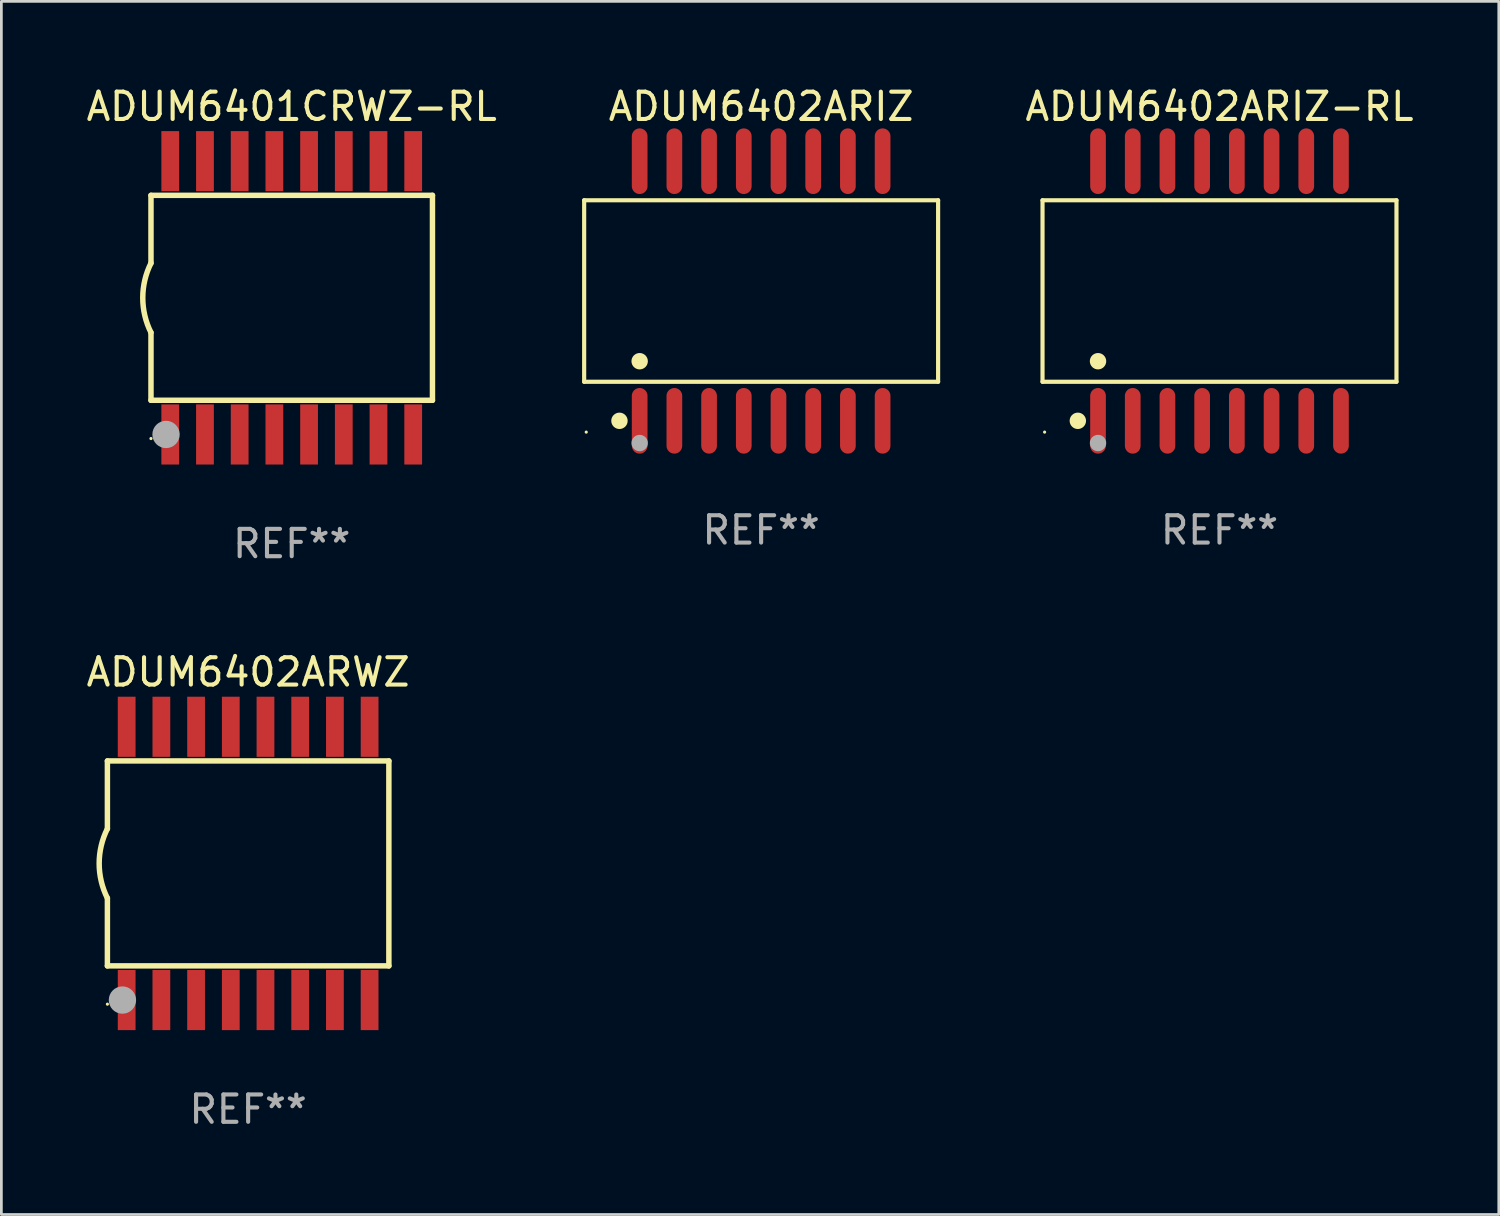
<source format=kicad_pcb>
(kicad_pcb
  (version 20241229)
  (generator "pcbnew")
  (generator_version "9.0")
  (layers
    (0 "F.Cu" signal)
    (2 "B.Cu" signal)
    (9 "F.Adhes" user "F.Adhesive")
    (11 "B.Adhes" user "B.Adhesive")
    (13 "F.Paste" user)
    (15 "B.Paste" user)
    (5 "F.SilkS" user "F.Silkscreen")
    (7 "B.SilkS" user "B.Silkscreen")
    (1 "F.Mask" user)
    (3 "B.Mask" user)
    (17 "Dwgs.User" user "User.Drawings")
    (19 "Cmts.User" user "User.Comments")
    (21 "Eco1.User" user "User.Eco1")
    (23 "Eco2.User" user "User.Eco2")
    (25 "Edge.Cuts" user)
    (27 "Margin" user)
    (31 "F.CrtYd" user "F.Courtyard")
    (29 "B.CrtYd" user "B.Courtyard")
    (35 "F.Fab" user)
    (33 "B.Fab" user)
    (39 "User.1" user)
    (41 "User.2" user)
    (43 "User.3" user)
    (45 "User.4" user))
  (footprint "ADUM6401CRWZ-RL"
    (layer "F.Cu")
    (at 7.625 7.848)
    (property "Reference" "ADUM6401CRWZ-RL" (at 0 -7 0) (layer "F.SilkS") (effects (font (size 1 1) (thickness 0.15))))
    (attr through_hole)
    (fp_line (start -5.15 -3.75) (end -5.15 -1.27) (stroke (width 0.2) (type solid)) (layer "F.SilkS"))
    (fp_line (start -5.15 -3.75) (end 5.15 -3.75) (stroke (width 0.2) (type solid)) (layer "F.SilkS"))
    (fp_line (start -5.15 3.75) (end -5.15 1.27) (stroke (width 0.2) (type solid)) (layer "F.SilkS"))
    (fp_line (start 5.15 -3.75) (end 5.15 3.75) (stroke (width 0.2) (type solid)) (layer "F.SilkS"))
    (fp_line (start 5.15 3.75) (end -5.15 3.75) (stroke (width 0.2) (type solid)) (layer "F.SilkS"))
    (fp_arc (start -5.151131 1.270003) (mid -5.450556 -0.000132) (end -5.150013 -1.270003) (stroke (width 0.2) (type solid)) (layer "F.SilkS"))
    (fp_circle (center -5.15 5.15) (end -5.12 5.15) (stroke (width 0.06) (type solid)) (fill no) (layer "F.SilkS"))
    (fp_circle (center -4.6 5) (end -4.35 5) (stroke (width 0.5) (type solid)) (fill no) (layer "F.Fab"))
    (fp_text user "REF**" (at 0 9 0) (layer "F.Fab") (effects (font (size 1 1) (thickness 0.15))))
    (pad "1" smd rect (at -4.445 5) (size 0.65 2.2) (layers "F.Cu" "F.Mask" "F.Paste"))
    (pad "2" smd rect (at -3.175 5) (size 0.65 2.2) (layers "F.Cu" "F.Mask" "F.Paste"))
    (pad "3" smd rect (at -1.905 5) (size 0.65 2.2) (layers "F.Cu" "F.Mask" "F.Paste"))
    (pad "4" smd rect (at -0.635 5) (size 0.65 2.2) (layers "F.Cu" "F.Mask" "F.Paste"))
    (pad "5" smd rect (at 0.635 5) (size 0.65 2.2) (layers "F.Cu" "F.Mask" "F.Paste"))
    (pad "6" smd rect (at 1.905 5) (size 0.65 2.2) (layers "F.Cu" "F.Mask" "F.Paste"))
    (pad "7" smd rect (at 3.175 5) (size 0.65 2.2) (layers "F.Cu" "F.Mask" "F.Paste"))
    (pad "8" smd rect (at 4.445 5) (size 0.65 2.2) (layers "F.Cu" "F.Mask" "F.Paste"))
    (pad "9" smd rect (at 4.445 -5) (size 0.65 2.2) (layers "F.Cu" "F.Mask" "F.Paste"))
    (pad "10" smd rect (at 3.175 -5) (size 0.65 2.2) (layers "F.Cu" "F.Mask" "F.Paste"))
    (pad "11" smd rect (at 1.905 -5) (size 0.65 2.2) (layers "F.Cu" "F.Mask" "F.Paste"))
    (pad "12" smd rect (at 0.635 -5) (size 0.65 2.2) (layers "F.Cu" "F.Mask" "F.Paste"))
    (pad "13" smd rect (at -0.635 -5) (size 0.65 2.2) (layers "F.Cu" "F.Mask" "F.Paste"))
    (pad "14" smd rect (at -1.905 -5) (size 0.65 2.2) (layers "F.Cu" "F.Mask" "F.Paste"))
    (pad "15" smd rect (at -3.175 -5) (size 0.65 2.2) (layers "F.Cu" "F.Mask" "F.Paste"))
    (pad "16" smd rect (at -4.445 -5) (size 0.65 2.2) (layers "F.Cu" "F.Mask" "F.Paste")))
  (footprint "ADUM6402ARIZ-RL"
    (layer "F.Cu")
    (at 41.575 7.599)
    (property "Reference" "ADUM6402ARIZ-RL" (at 0 -6.75 0) (layer "F.SilkS") (effects (font (size 1 1) (thickness 0.15))))
    (attr through_hole)
    (fp_line (start -6.476 -3.321) (end 6.476 -3.321) (stroke (width 0.152) (type solid)) (layer "F.SilkS"))
    (fp_line (start -6.476 3.321) (end -6.476 -3.321) (stroke (width 0.152) (type solid)) (layer "F.SilkS"))
    (fp_line (start 6.476 -3.321) (end 6.476 3.321) (stroke (width 0.152) (type solid)) (layer "F.SilkS"))
    (fp_line (start 6.476 3.321) (end -6.476 3.321) (stroke (width 0.152) (type solid)) (layer "F.SilkS"))
    (fp_circle (center -6.4 5.163) (end -6.37 5.163) (stroke (width 0.06) (type solid)) (fill no) (layer "F.SilkS"))
    (fp_circle (center -5.184 4.75) (end -5.034 4.75) (stroke (width 0.3) (type solid)) (fill no) (layer "F.SilkS"))
    (fp_circle (center -4.445 2.569) (end -4.295 2.569) (stroke (width 0.3) (type solid)) (fill no) (layer "F.SilkS"))
    (fp_circle (center -4.445 5.563) (end -4.295 5.563) (stroke (width 0.3) (type solid)) (fill no) (layer "F.Fab"))
    (fp_text user "REF**" (at 0 8.75 0) (layer "F.Fab") (effects (font (size 1 1) (thickness 0.15))))
    (pad "1" smd oval (at -4.445 4.75) (size 0.574 2.401) (layers "F.Cu" "F.Mask" "F.Paste"))
    (pad "2" smd oval (at -3.175 4.75) (size 0.574 2.401) (layers "F.Cu" "F.Mask" "F.Paste"))
    (pad "3" smd oval (at -1.905 4.75) (size 0.574 2.401) (layers "F.Cu" "F.Mask" "F.Paste"))
    (pad "4" smd oval (at -0.635 4.75) (size 0.574 2.401) (layers "F.Cu" "F.Mask" "F.Paste"))
    (pad "5" smd oval (at 0.635 4.75) (size 0.574 2.401) (layers "F.Cu" "F.Mask" "F.Paste"))
    (pad "6" smd oval (at 1.905 4.75) (size 0.574 2.401) (layers "F.Cu" "F.Mask" "F.Paste"))
    (pad "7" smd oval (at 3.175 4.75) (size 0.574 2.401) (layers "F.Cu" "F.Mask" "F.Paste"))
    (pad "8" smd oval (at 4.445 4.75) (size 0.574 2.401) (layers "F.Cu" "F.Mask" "F.Paste"))
    (pad "9" smd oval (at 4.445 -4.75) (size 0.574 2.401) (layers "F.Cu" "F.Mask" "F.Paste"))
    (pad "10" smd oval (at 3.175 -4.75) (size 0.574 2.401) (layers "F.Cu" "F.Mask" "F.Paste"))
    (pad "11" smd oval (at 1.905 -4.75) (size 0.574 2.401) (layers "F.Cu" "F.Mask" "F.Paste"))
    (pad "12" smd oval (at 0.635 -4.75) (size 0.574 2.401) (layers "F.Cu" "F.Mask" "F.Paste"))
    (pad "13" smd oval (at -0.635 -4.75) (size 0.574 2.401) (layers "F.Cu" "F.Mask" "F.Paste"))
    (pad "14" smd oval (at -1.905 -4.75) (size 0.574 2.401) (layers "F.Cu" "F.Mask" "F.Paste"))
    (pad "15" smd oval (at -3.175 -4.75) (size 0.574 2.401) (layers "F.Cu" "F.Mask" "F.Paste"))
    (pad "16" smd oval (at -4.445 -4.75) (size 0.574 2.401) (layers "F.Cu" "F.Mask" "F.Paste")))
  (footprint "ADUM6402ARIZ"
    (layer "F.Cu")
    (at 24.802 7.599)
    (property "Reference" "ADUM6402ARIZ" (at 0 -6.75 0) (layer "F.SilkS") (effects (font (size 1 1) (thickness 0.15))))
    (attr through_hole)
    (fp_line (start -6.476 -3.321) (end 6.476 -3.321) (stroke (width 0.152) (type solid)) (layer "F.SilkS"))
    (fp_line (start -6.476 3.321) (end -6.476 -3.321) (stroke (width 0.152) (type solid)) (layer "F.SilkS"))
    (fp_line (start 6.476 -3.321) (end 6.476 3.321) (stroke (width 0.152) (type solid)) (layer "F.SilkS"))
    (fp_line (start 6.476 3.321) (end -6.476 3.321) (stroke (width 0.152) (type solid)) (layer "F.SilkS"))
    (fp_circle (center -6.4 5.163) (end -6.37 5.163) (stroke (width 0.06) (type solid)) (fill no) (layer "F.SilkS"))
    (fp_circle (center -5.184 4.75) (end -5.034 4.75) (stroke (width 0.3) (type solid)) (fill no) (layer "F.SilkS"))
    (fp_circle (center -4.445 2.569) (end -4.295 2.569) (stroke (width 0.3) (type solid)) (fill no) (layer "F.SilkS"))
    (fp_circle (center -4.445 5.563) (end -4.295 5.563) (stroke (width 0.3) (type solid)) (fill no) (layer "F.Fab"))
    (fp_text user "REF**" (at 0 8.75 0) (layer "F.Fab") (effects (font (size 1 1) (thickness 0.15))))
    (pad "1" smd oval (at -4.445 4.75) (size 0.574 2.401) (layers "F.Cu" "F.Mask" "F.Paste"))
    (pad "2" smd oval (at -3.175 4.75) (size 0.574 2.401) (layers "F.Cu" "F.Mask" "F.Paste"))
    (pad "3" smd oval (at -1.905 4.75) (size 0.574 2.401) (layers "F.Cu" "F.Mask" "F.Paste"))
    (pad "4" smd oval (at -0.635 4.75) (size 0.574 2.401) (layers "F.Cu" "F.Mask" "F.Paste"))
    (pad "5" smd oval (at 0.635 4.75) (size 0.574 2.401) (layers "F.Cu" "F.Mask" "F.Paste"))
    (pad "6" smd oval (at 1.905 4.75) (size 0.574 2.401) (layers "F.Cu" "F.Mask" "F.Paste"))
    (pad "7" smd oval (at 3.175 4.75) (size 0.574 2.401) (layers "F.Cu" "F.Mask" "F.Paste"))
    (pad "8" smd oval (at 4.445 4.75) (size 0.574 2.401) (layers "F.Cu" "F.Mask" "F.Paste"))
    (pad "9" smd oval (at 4.445 -4.75) (size 0.574 2.401) (layers "F.Cu" "F.Mask" "F.Paste"))
    (pad "10" smd oval (at 3.175 -4.75) (size 0.574 2.401) (layers "F.Cu" "F.Mask" "F.Paste"))
    (pad "11" smd oval (at 1.905 -4.75) (size 0.574 2.401) (layers "F.Cu" "F.Mask" "F.Paste"))
    (pad "12" smd oval (at 0.635 -4.75) (size 0.574 2.401) (layers "F.Cu" "F.Mask" "F.Paste"))
    (pad "13" smd oval (at -0.635 -4.75) (size 0.574 2.401) (layers "F.Cu" "F.Mask" "F.Paste"))
    (pad "14" smd oval (at -1.905 -4.75) (size 0.574 2.401) (layers "F.Cu" "F.Mask" "F.Paste"))
    (pad "15" smd oval (at -3.175 -4.75) (size 0.574 2.401) (layers "F.Cu" "F.Mask" "F.Paste"))
    (pad "16" smd oval (at -4.445 -4.75) (size 0.574 2.401) (layers "F.Cu" "F.Mask" "F.Paste")))
  (footprint "ADUM6402ARWZ"
    (layer "F.Cu")
    (at 6.03 28.545)
    (property "Reference" "ADUM6402ARWZ" (at 0 -7 0) (layer "F.SilkS") (effects (font (size 1 1) (thickness 0.15))))
    (attr through_hole)
    (fp_line (start -5.15 -3.75) (end -5.15 -1.27) (stroke (width 0.2) (type solid)) (layer "F.SilkS"))
    (fp_line (start -5.15 -3.75) (end 5.15 -3.75) (stroke (width 0.2) (type solid)) (layer "F.SilkS"))
    (fp_line (start -5.15 3.75) (end -5.15 1.27) (stroke (width 0.2) (type solid)) (layer "F.SilkS"))
    (fp_line (start 5.15 -3.75) (end 5.15 3.75) (stroke (width 0.2) (type solid)) (layer "F.SilkS"))
    (fp_line (start 5.15 3.75) (end -5.15 3.75) (stroke (width 0.2) (type solid)) (layer "F.SilkS"))
    (fp_arc (start -5.151131 1.270003) (mid -5.450556 -0.000132) (end -5.150013 -1.270003) (stroke (width 0.2) (type solid)) (layer "F.SilkS"))
    (fp_circle (center -5.15 5.15) (end -5.12 5.15) (stroke (width 0.06) (type solid)) (fill no) (layer "F.SilkS"))
    (fp_circle (center -4.6 5) (end -4.35 5) (stroke (width 0.5) (type solid)) (fill no) (layer "F.Fab"))
    (fp_text user "REF**" (at 0 9 0) (layer "F.Fab") (effects (font (size 1 1) (thickness 0.15))))
    (pad "1" smd rect (at -4.445 5) (size 0.65 2.2) (layers "F.Cu" "F.Mask" "F.Paste"))
    (pad "2" smd rect (at -3.175 5) (size 0.65 2.2) (layers "F.Cu" "F.Mask" "F.Paste"))
    (pad "3" smd rect (at -1.905 5) (size 0.65 2.2) (layers "F.Cu" "F.Mask" "F.Paste"))
    (pad "4" smd rect (at -0.635 5) (size 0.65 2.2) (layers "F.Cu" "F.Mask" "F.Paste"))
    (pad "5" smd rect (at 0.635 5) (size 0.65 2.2) (layers "F.Cu" "F.Mask" "F.Paste"))
    (pad "6" smd rect (at 1.905 5) (size 0.65 2.2) (layers "F.Cu" "F.Mask" "F.Paste"))
    (pad "7" smd rect (at 3.175 5) (size 0.65 2.2) (layers "F.Cu" "F.Mask" "F.Paste"))
    (pad "8" smd rect (at 4.445 5) (size 0.65 2.2) (layers "F.Cu" "F.Mask" "F.Paste"))
    (pad "9" smd rect (at 4.445 -5) (size 0.65 2.2) (layers "F.Cu" "F.Mask" "F.Paste"))
    (pad "10" smd rect (at 3.175 -5) (size 0.65 2.2) (layers "F.Cu" "F.Mask" "F.Paste"))
    (pad "11" smd rect (at 1.905 -5) (size 0.65 2.2) (layers "F.Cu" "F.Mask" "F.Paste"))
    (pad "12" smd rect (at 0.635 -5) (size 0.65 2.2) (layers "F.Cu" "F.Mask" "F.Paste"))
    (pad "13" smd rect (at -0.635 -5) (size 0.65 2.2) (layers "F.Cu" "F.Mask" "F.Paste"))
    (pad "14" smd rect (at -1.905 -5) (size 0.65 2.2) (layers "F.Cu" "F.Mask" "F.Paste"))
    (pad "15" smd rect (at -3.175 -5) (size 0.65 2.2) (layers "F.Cu" "F.Mask" "F.Paste"))
    (pad "16" smd rect (at -4.445 -5) (size 0.65 2.2) (layers "F.Cu" "F.Mask" "F.Paste")))
  (gr_rect
    (start -3 -3)
    (end 51.795 41.393)
    (stroke (width 0.1) (type default))
    (fill no)
    (layer "Edge.Cuts")))
</source>
